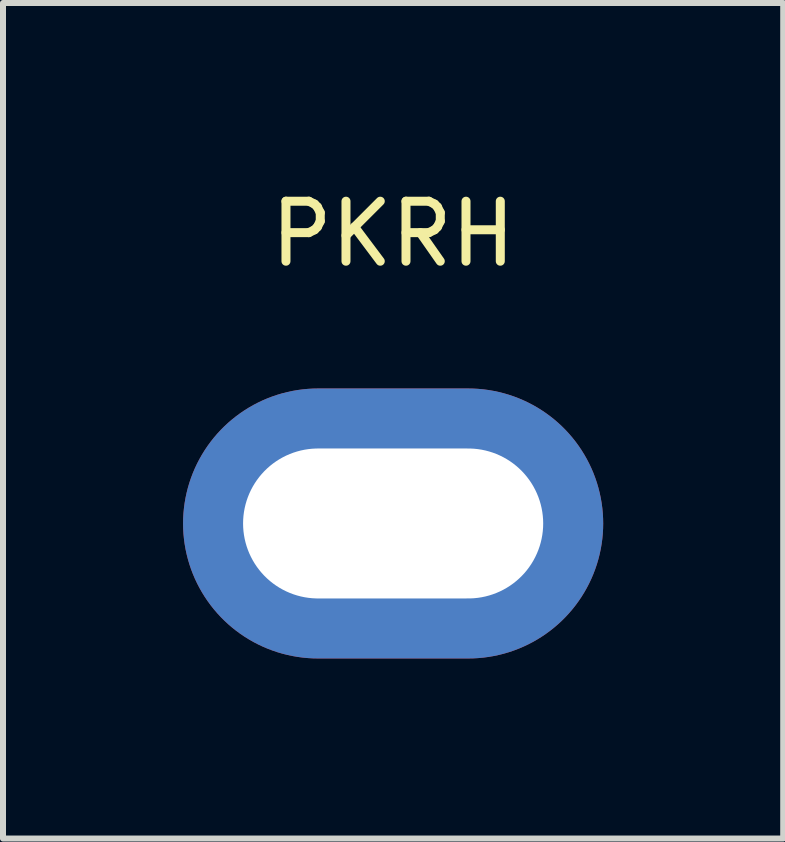
<source format=kicad_pcb>
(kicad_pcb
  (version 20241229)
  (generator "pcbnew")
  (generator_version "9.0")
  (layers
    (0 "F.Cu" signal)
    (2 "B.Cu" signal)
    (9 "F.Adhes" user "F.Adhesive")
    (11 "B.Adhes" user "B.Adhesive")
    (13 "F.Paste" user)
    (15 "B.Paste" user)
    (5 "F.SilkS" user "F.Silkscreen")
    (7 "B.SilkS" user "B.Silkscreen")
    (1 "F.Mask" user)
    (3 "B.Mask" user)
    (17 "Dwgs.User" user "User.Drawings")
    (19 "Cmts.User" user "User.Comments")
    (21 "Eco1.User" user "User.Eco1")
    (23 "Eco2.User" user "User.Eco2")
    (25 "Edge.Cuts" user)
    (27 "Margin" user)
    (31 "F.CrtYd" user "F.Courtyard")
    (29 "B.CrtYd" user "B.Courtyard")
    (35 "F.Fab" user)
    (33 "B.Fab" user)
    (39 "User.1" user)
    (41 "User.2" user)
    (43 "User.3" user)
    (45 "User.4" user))
  (footprint "PKRH"
    (layer "F.Cu")
    (at 3.501 5.673)
    (property "Reference" "PKRH" (at 0 -4.825 0) (unlocked yes) (layer "F.SilkS") (effects (font (size 1 1) (thickness 0.15))))
    (pad "1" thru_hole oval (at 0 0) (size 7.001 4.499) (drill oval 5.001 2.499) (layers "*.Cu" "*.Mask")))
  (gr_rect
    (start -3 -3)
    (end 10.001 10.923)
    (stroke (width 0.1) (type default))
    (fill no)
    (layer "Edge.Cuts")))
</source>
